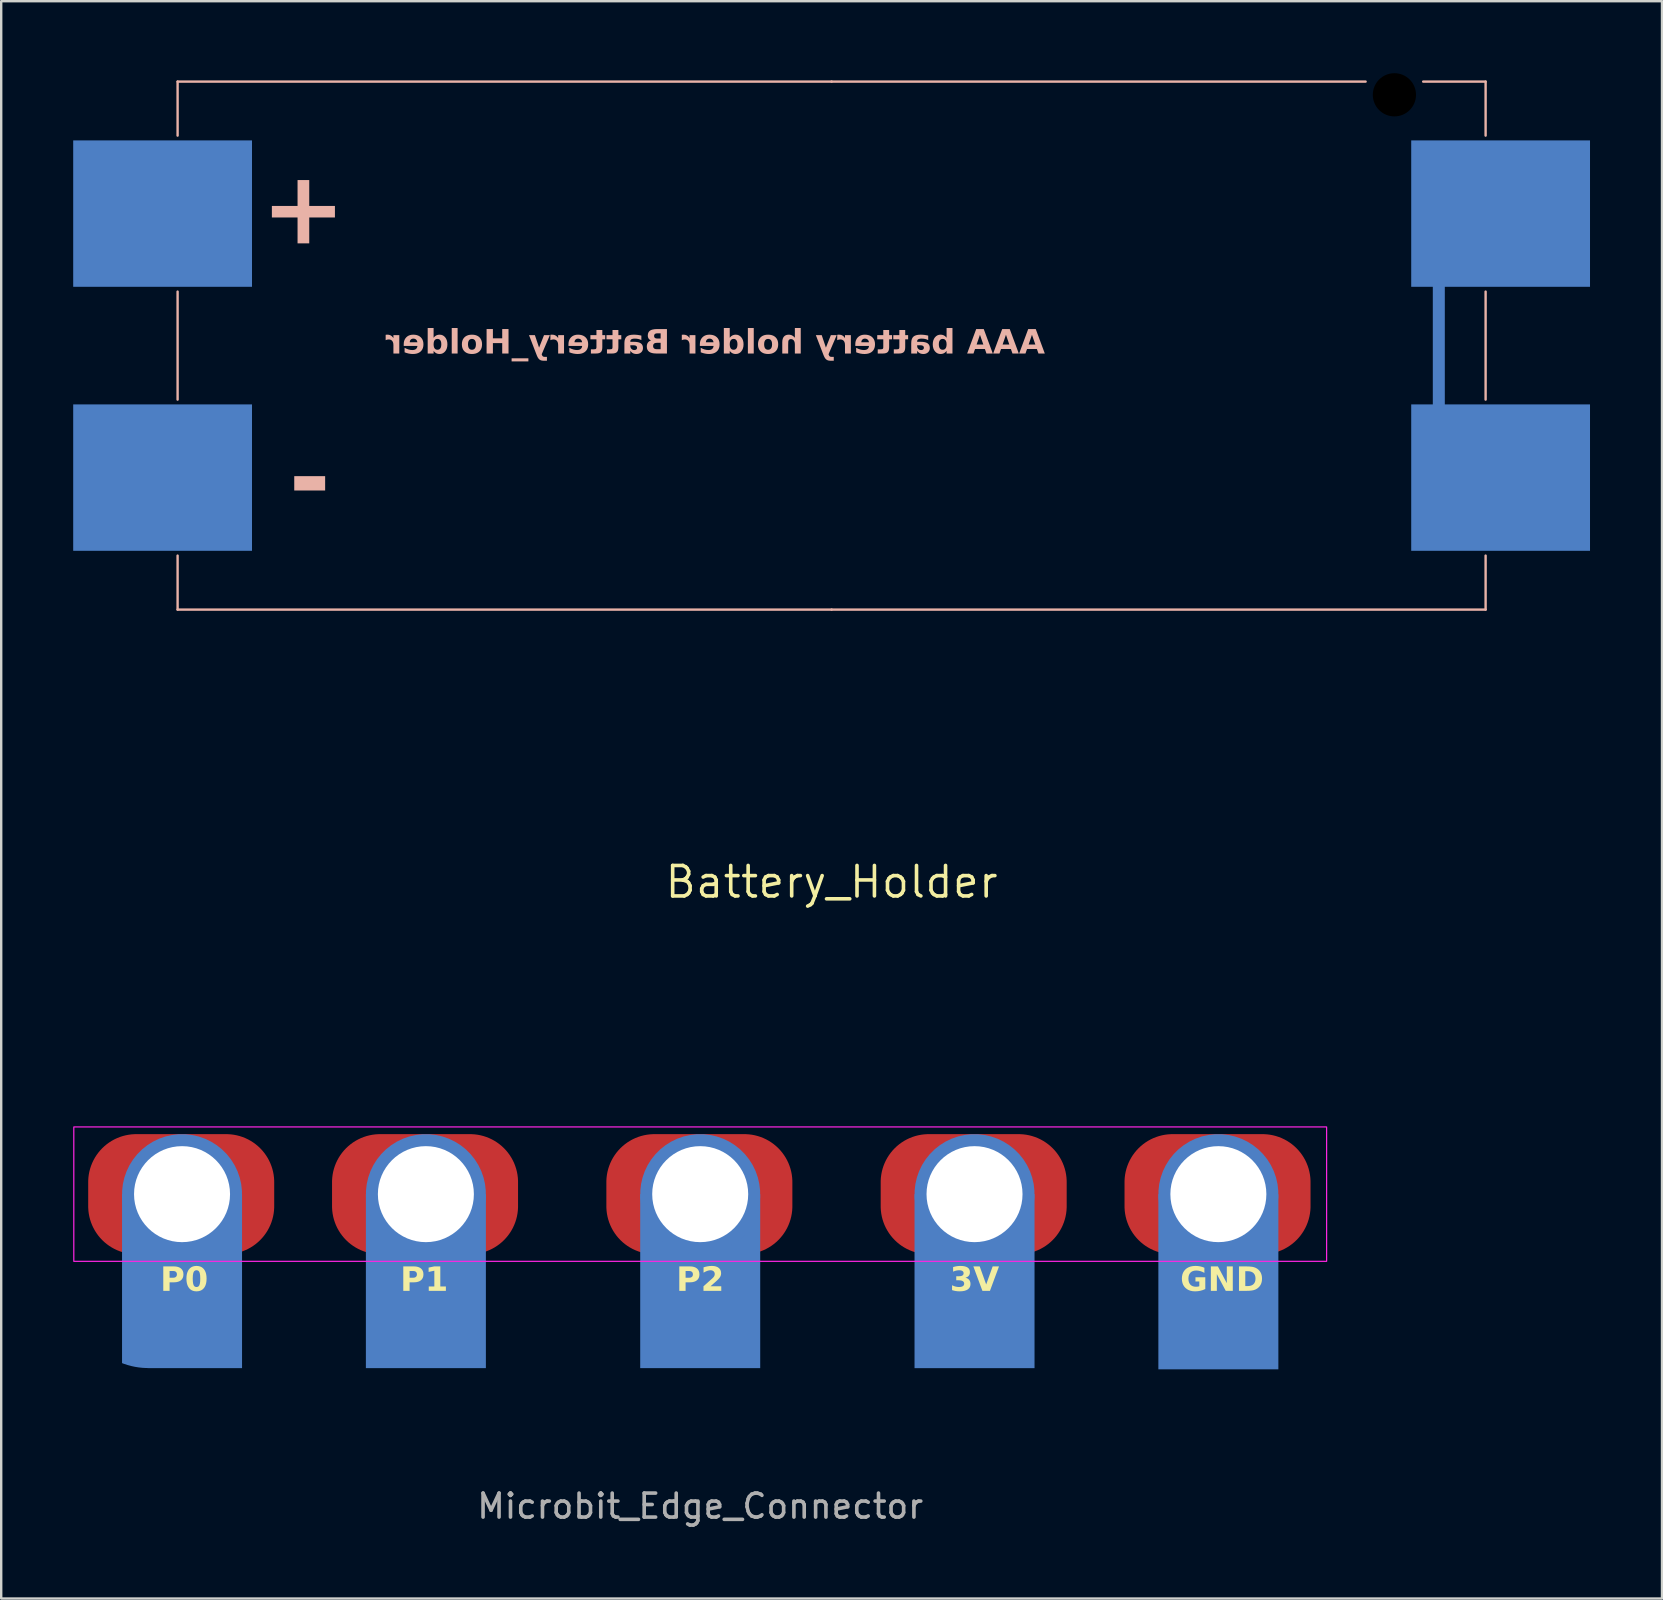
<source format=kicad_pcb>
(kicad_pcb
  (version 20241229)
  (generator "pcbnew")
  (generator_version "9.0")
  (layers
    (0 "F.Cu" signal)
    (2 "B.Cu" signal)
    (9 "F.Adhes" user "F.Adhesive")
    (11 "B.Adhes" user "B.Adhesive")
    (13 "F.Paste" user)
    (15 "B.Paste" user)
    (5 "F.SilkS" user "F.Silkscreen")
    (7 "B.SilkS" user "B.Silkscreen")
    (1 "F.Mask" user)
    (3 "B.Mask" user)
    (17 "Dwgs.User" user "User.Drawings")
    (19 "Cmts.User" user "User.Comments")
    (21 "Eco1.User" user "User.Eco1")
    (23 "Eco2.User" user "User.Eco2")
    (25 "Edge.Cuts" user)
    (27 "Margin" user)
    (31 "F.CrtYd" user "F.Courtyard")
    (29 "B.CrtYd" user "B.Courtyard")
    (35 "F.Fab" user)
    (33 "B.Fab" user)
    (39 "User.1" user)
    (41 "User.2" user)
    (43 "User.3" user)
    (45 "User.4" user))
  (footprint "Microbit_Edge_Connector"
    (layer "F.Cu")
    (at 26.125 46.706)
    (property "Reference" "Microbit_Edge_Connector" (at 0 13 0) (unlocked yes) (layer "F.Fab") (effects (font (size 1 1) (thickness 0.15))))
    (fp_poly (pts (xy -23 7.25) (xy -23.168 7.248) (xy -23.503 7.21) (xy -23.831 7.135) (xy -24.149 7.024) (xy -24.452 6.878) (xy -24.737 6.699) (xy -25.001 6.489) (xy -25.239 6.251) (xy -25.449 5.987) (xy -25.628 5.702) (xy -25.774 5.399) (xy -25.885 5.081) (xy -25.96 4.753) (xy -25.998 4.418) (xy -26 4.25) (xy -26 -9) (xy 26 -9) (xy 26 4.25) (xy 25.998 4.418) (xy 25.96 4.753) (xy 25.885 5.081) (xy 25.774 5.399) (xy 25.628 5.702) (xy 25.449 5.987) (xy 25.239 6.251) (xy 25.001 6.489) (xy 24.737 6.699) (xy 24.452 6.878) (xy 24.149 7.024) (xy 23.831 7.135) (xy 23.503 7.21) (xy 23.168 7.248) (xy 23 7.25)) (stroke (width 0) (type solid)) (fill yes) (layer "B.Mask"))
    (fp_rect (start -26.1 -2.8) (end 26.1 2.8) (stroke (width 0.05) (type default)) (fill no) (layer "F.CrtYd"))
    (fp_line (start -26 -5) (end -26 4.25) (stroke (width 0.1) (type default)) (layer "User.1"))
    (fp_line (start -23 7.25) (end 23 7.25) (stroke (width 0.1) (type default)) (layer "User.1"))
    (fp_line (start 26 -5) (end -26 -5) (stroke (width 0.1) (type default)) (layer "User.1"))
    (fp_line (start 26 -5) (end 26 4.25) (stroke (width 0.1) (type default)) (layer "User.1"))
    (fp_arc (start -22.999999 7.25) (mid -25.12132 6.37132) (end -26 4.249999) (stroke (width 0.1) (type default)) (layer "User.1"))
    (fp_arc (start 26 4.25) (mid 25.12132 6.37132) (end 23 7.25) (stroke (width 0.1) (type default)) (layer "User.1"))
    (fp_text user "3V" (at 10.4 4.2 0) (unlocked yes) (layer "F.SilkS") (effects (font (face "Segoe UI This") (size 1 1) (thickness 0.2) (bold yes)) (justify left bottom)))
    (fp_text user "P0" (at -22.5 4.2 0) (unlocked yes) (layer "F.SilkS") (effects (font (face "Segoe UI This") (size 1 1) (thickness 0.2) (bold yes)) (justify left bottom)))
    (fp_text user "P2" (at -1 4.2 0) (unlocked yes) (layer "F.SilkS") (effects (font (face "Segoe UI This") (size 1 1) (thickness 0.2) (bold yes)) (justify left bottom)))
    (fp_text user "P1" (at -12.5 4.2 0) (unlocked yes) (layer "F.SilkS") (effects (font (face "Segoe UI This") (size 1 1) (thickness 0.2) (bold yes)) (justify left bottom)))
    (fp_text user "GND" (at 20 4.2 0) (unlocked yes) (layer "F.SilkS") (effects (font (face "Segoe UI This") (size 1 1) (thickness 0.2) (bold yes)) (justify left bottom)))
    (pad "1" smd custom (at -21.59 0) (size 1 1) (layers "F.Cu" "F.Mask") (options (anchor circle)) (primitives (gr_poly (pts (arc (start 1.84 2.5) (mid 3.254214 1.914214) (end 3.84 0.5)) (arc (start 3.84 -0.5) (mid 3.254214 -1.914214) (end 1.84 -2.5)) (arc (start -1.91 -2.5) (mid -3.324214 -1.914214) (end -3.91 -0.5)) (arc (start -3.91 0.5) (mid -3.324214 1.914214) (end -1.91 2.5))) (width 0) (fill yes))))
    (pad "1" thru_hole custom (at -21.59 0) (size 5 5) (drill 4) (layers "*.Cu") (remove_unused_layers yes) (keep_end_layers yes) (zone_layer_connections) (options (anchor circle)) (primitives))
    (pad "1" smd custom (at -21.49 0) (size 1 1) (layers "B.Cu") (options (anchor circle)) (primitives (gr_poly (pts (xy -1.51 7.25) (arc (start -1.509995 7.245363) (mid -2.064589 7.193574) (end -2.6 7.039999)) (xy -2.6 0) (xy 2.4 0) (xy 2.4 7.25)) (width 0) (fill yes))))
    (pad "2" smd custom (at -11.43 0) (size 1 1) (layers "F.Cu" "F.Mask") (options (anchor circle)) (primitives (gr_poly (pts (arc (start 1.84 2.5) (mid 3.254214 1.914214) (end 3.84 0.5)) (arc (start 3.84 -0.5) (mid 3.254214 -1.914214) (end 1.84 -2.5)) (arc (start -1.91 -2.5) (mid -3.324214 -1.914214) (end -3.91 -0.5)) (arc (start -3.91 0.5) (mid -3.324214 1.914214) (end -1.91 2.5))) (width 0) (fill yes))))
    (pad "2" smd custom (at -11.43 0) (size 1 1) (layers "B.Cu") (options (anchor circle)) (primitives (gr_poly (pts (xy 2.5 7.25) (xy 2.5 0) (xy -2.5 0) (xy -2.5 7.25)) (width 0) (fill yes))))
    (pad "2" thru_hole custom (at -11.43 0) (size 5 5) (drill 4) (layers "*.Cu") (options (anchor circle)) (primitives))
    (pad "3" smd custom (at 0 0) (size 1 1) (layers "F.Cu" "F.Mask") (options (anchor circle)) (primitives (gr_poly (pts (arc (start 1.84 2.5) (mid 3.254214 1.914214) (end 3.84 0.5)) (arc (start 3.84 -0.5) (mid 3.254214 -1.914214) (end 1.84 -2.5)) (arc (start -1.91 -2.5) (mid -3.324214 -1.914214) (end -3.91 -0.5)) (arc (start -3.91 0.5) (mid -3.324214 1.914214) (end -1.91 2.5))) (width 0) (fill yes))))
    (pad "3" smd custom (at 0 0) (size 1 1) (layers "B.Cu") (options (anchor circle)) (primitives (gr_poly (pts (xy 2.5 7.25) (xy 2.5 0) (xy -2.5 0) (xy -2.5 7.25)) (width 0) (fill yes))))
    (pad "3" thru_hole custom (at 0 0) (size 5 5) (drill 4) (layers "*.Cu") (options (anchor circle)) (primitives))
    (pad "4" smd custom (at 11.4 3.5) (size 1 1) (layers "B.Cu") (options (anchor circle)) (primitives (gr_poly (pts (xy 2.53 3.75) (xy 2.53 -3.5) (xy -2.47 -3.5) (xy -2.47 3.75)) (width 0) (fill yes))))
    (pad "4" smd custom (at 11.43 0) (size 1 1) (layers "F.Cu" "F.Mask") (options (anchor circle)) (primitives (gr_poly (pts (arc (start 1.84 2.5) (mid 3.254214 1.914214) (end 3.84 0.5)) (arc (start 3.84 -0.5) (mid 3.254214 -1.914214) (end 1.84 -2.5)) (arc (start -1.91 -2.5) (mid -3.324214 -1.914214) (end -3.91 -0.5)) (arc (start -3.91 0.5) (mid -3.324214 1.914214) (end -1.91 2.5))) (width 0) (fill yes))))
    (pad "4" thru_hole custom (at 11.43 0) (size 5 5) (drill 4) (layers "*.Cu") (options (anchor circle)) (primitives))
    (pad "5" smd custom (at 21.49 0) (size 1 1) (layers "B.Cu") (options (anchor circle)) (primitives (gr_poly (pts (xy 2.6 7.3) (xy 2.6 0) (xy -2.4 0) (xy -2.4 7.3)) (width 0) (fill yes))))
    (pad "5" smd custom (at 21.59 0) (size 1 1) (layers "F.Cu" "F.Mask") (options (anchor circle)) (primitives (gr_poly (pts (arc (start 1.84 2.5) (mid 3.254214 1.914214) (end 3.84 0.5)) (arc (start 3.84 -0.5) (mid 3.254214 -1.914214) (end 1.84 -2.5)) (arc (start -1.91 -2.5) (mid -3.324214 -1.914214) (end -3.91 -0.5)) (arc (start -3.91 0.5) (mid -3.324214 1.914214) (end -1.91 2.5))) (width 0) (fill yes))))
    (pad "5" thru_hole custom (at 21.59 0) (size 5 5) (drill 4) (layers "*.Cu") (options (anchor circle)) (primitives))
    (zone (net_name "") (layer "B.Cu") (name "Zone fill keepout") (hatch edge 0.5) (connect_pads) (min_thickness 0.25) (filled_areas_thickness no) (keepout (tracks not_allowed) (vias not_allowed) (pads allowed) (copperpour not_allowed) (footprints allowed)) (placement (enabled no)) (fill) (polygon (pts (xy 3.125 53.956) (xy 2.957 53.954) (xy 2.622 53.916) (xy 2.294 53.841) (xy 1.976 53.73) (xy 1.673 53.584) (xy 1.388 53.405) (xy 1.124 53.195) (xy 0.886 52.957) (xy 0.676 52.694) (xy 0.497 52.409) (xy 0.351 52.105) (xy 0.24 51.787) (xy 0.165 51.459) (xy 0.127 51.125) (xy 0.125 50.956) (xy 0.125 37.706) (xy 52.125 37.706) (xy 52.125 50.956) (xy 52.123 51.125) (xy 52.085 51.459) (xy 52.01 51.787) (xy 51.899 52.105) (xy 51.753 52.409) (xy 51.574 52.694) (xy 51.364 52.957) (xy 51.126 53.195) (xy 50.862 53.405) (xy 50.577 53.584) (xy 50.274 53.73) (xy 49.956 53.841) (xy 49.628 53.916) (xy 49.293 53.954) (xy 49.125 53.956)))))
  (footprint "Battery_Holder"
    (layer "F.Cu")
    (at 31.6 11.35)
    (property "Reference" "Battery_Holder" (at 0 22.35 0) (layer "F.SilkS") (effects (font (size 1.27 1.27) (thickness 0.15))))
    (attr through_hole)
    (fp_line (start -27.25 -11) (end -27.25 -8.75) (stroke (width 0.1) (type default)) (layer "B.SilkS"))
    (fp_line (start -27.25 2.25) (end -27.25 -2.25) (stroke (width 0.1) (type default)) (layer "B.SilkS"))
    (fp_line (start -27.25 11) (end -27.25 8.75) (stroke (width 0.1) (type default)) (layer "B.SilkS"))
    (fp_line (start 0 -11) (end -27.25 -11) (stroke (width 0.1) (type default)) (layer "B.SilkS"))
    (fp_line (start 0 -11) (end 22.25 -11) (stroke (width 0.1) (type default)) (layer "B.SilkS"))
    (fp_line (start 0 11) (end -27.25 11) (stroke (width 0.1) (type default)) (layer "B.SilkS"))
    (fp_line (start 0 11) (end 27.25 11) (stroke (width 0.1) (type default)) (layer "B.SilkS"))
    (fp_line (start 27.25 -11) (end 24.649 -11) (stroke (width 0.1) (type default)) (layer "B.SilkS"))
    (fp_line (start 27.25 -11) (end 27.25 -8.75) (stroke (width 0.1) (type default)) (layer "B.SilkS"))
    (fp_line (start 27.25 -2.25) (end 27.25 2.25) (stroke (width 0.1) (type default)) (layer "B.SilkS"))
    (fp_line (start 27.25 11) (end 27.25 8.75) (stroke (width 0.1) (type default)) (layer "B.SilkS"))
    (fp_text user "-" (at -20.875 7.45 0) (unlocked yes) (layer "B.SilkS") (effects (font (face "Segoe UI This") (size 3 3) (thickness 0.6) (bold yes)) (justify left bottom mirror)))
    (fp_text user "+" (at -20.25 -3.75 0) (unlocked yes) (layer "B.SilkS") (effects (font (face "Segoe UI This") (size 3 3) (thickness 0.6) (bold yes)) (justify left bottom mirror)))
    (fp_text user "AAA battery holder ${REFERENCE}" (at 8.89 0.5 0) (unlocked yes) (layer "B.SilkS") (effects (font (face "Segoe UI This") (size 1 1) (thickness 0.2) (bold yes)) (justify left bottom mirror)))
    (pad "" np_thru_hole circle (at 23.45 -10.45) (size 1.8 1.8) (drill 1.8) (layers "*.Mask"))
    (pad "" smd custom (at 27.875 5.5) (size 7.45 6.1) (layers "B.Cu" "B.Mask" "B.Paste") (options (anchor rect)) (primitives (gr_line (start -2.575 -11) (end -2.575 0) (width 0.5)) (gr_poly (pts (xy -3.725 -14.05) (xy 3.725 -14.05) (xy 3.725 -7.95) (xy -3.725 -7.95)) (width 0) (fill yes))))
    (pad "1" smd rect (at -27.875 -5.5) (size 7.45 6.1) (layers "B.Cu" "B.Mask" "B.Paste"))
    (pad "2" smd rect (at -27.875 5.5) (size 7.45 6.1) (layers "B.Cu" "B.Mask" "B.Paste")))
  (gr_rect
    (start -3 -3)
    (end 66.2 63.554)
    (stroke (width 0.1) (type default))
    (fill no)
    (layer "Edge.Cuts")))
</source>
